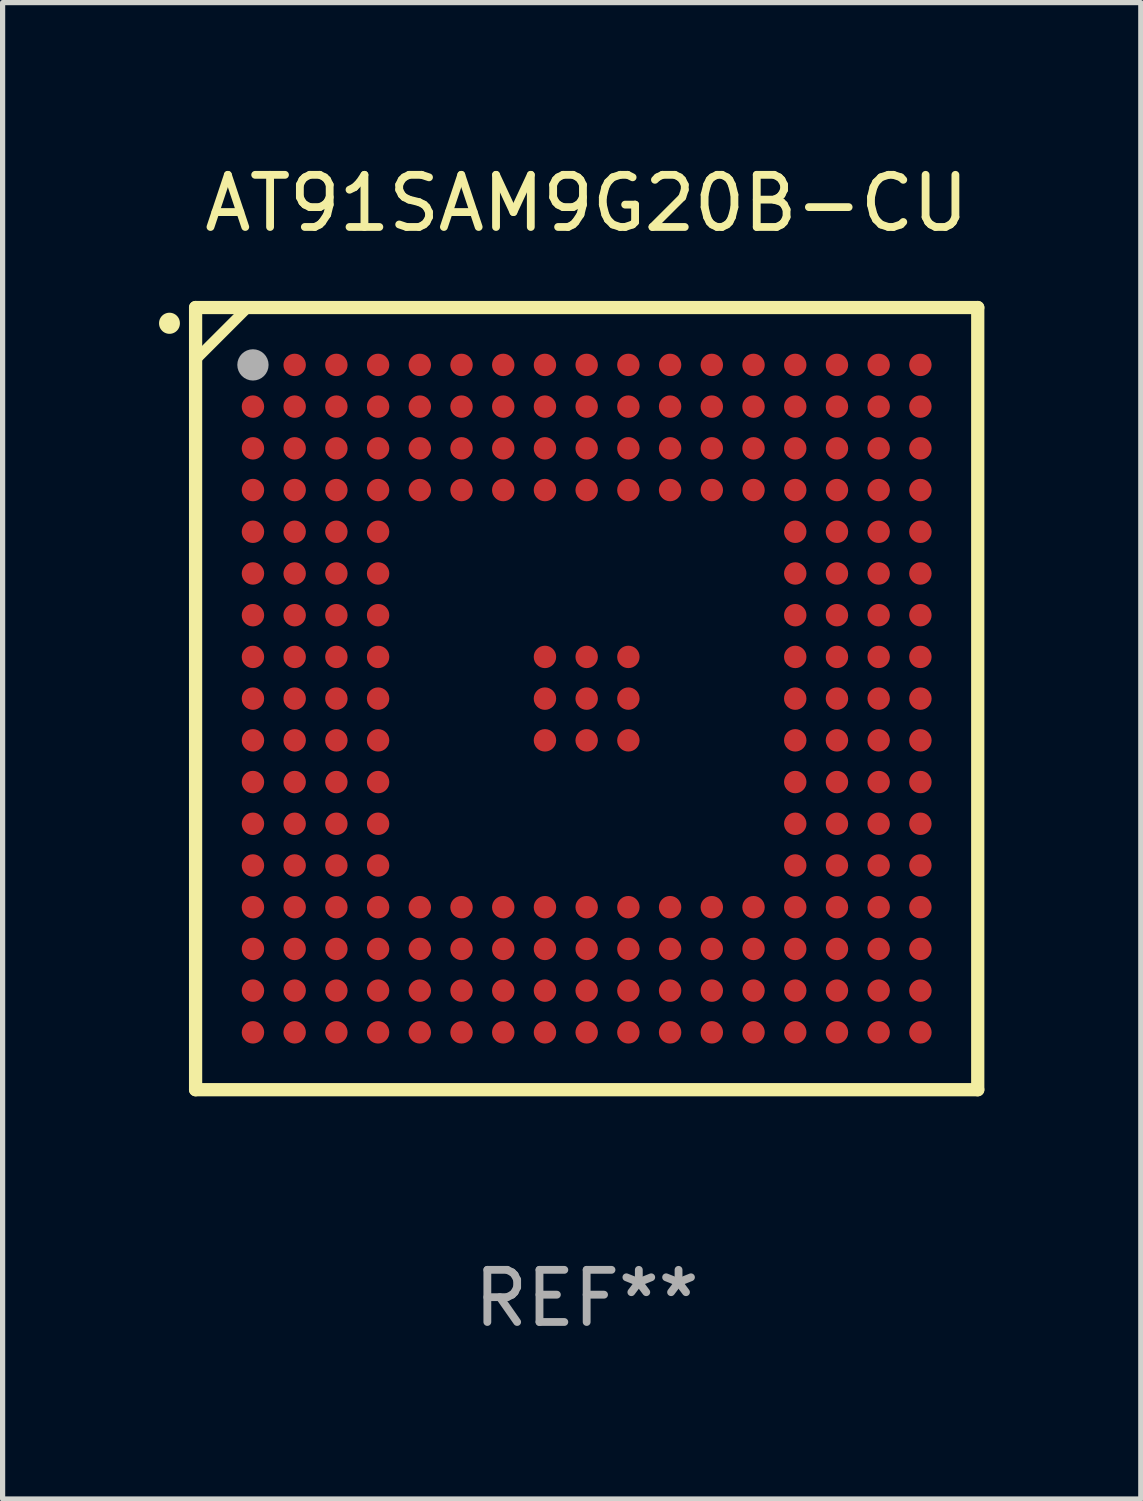
<source format=kicad_pcb>
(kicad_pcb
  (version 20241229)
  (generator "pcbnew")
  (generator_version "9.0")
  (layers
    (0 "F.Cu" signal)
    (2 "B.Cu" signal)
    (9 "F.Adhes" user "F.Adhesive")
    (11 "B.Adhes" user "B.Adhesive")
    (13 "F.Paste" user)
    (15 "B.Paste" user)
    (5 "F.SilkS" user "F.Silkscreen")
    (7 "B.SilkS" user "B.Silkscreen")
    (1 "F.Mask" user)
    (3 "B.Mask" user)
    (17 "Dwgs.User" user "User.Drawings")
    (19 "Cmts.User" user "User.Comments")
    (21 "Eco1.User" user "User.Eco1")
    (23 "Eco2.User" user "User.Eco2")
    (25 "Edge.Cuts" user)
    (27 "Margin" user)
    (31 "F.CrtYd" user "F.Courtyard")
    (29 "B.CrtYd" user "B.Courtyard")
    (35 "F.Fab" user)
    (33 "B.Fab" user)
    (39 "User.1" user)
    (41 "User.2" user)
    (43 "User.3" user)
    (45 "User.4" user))
  (footprint "AT91SAM9G20B-CU"
    (layer "F.Cu")
    (at 8.201 10.348)
    (property "Reference" "AT91SAM9G20B-CU" (at 0 -9.5 0) (layer "F.SilkS") (effects (font (size 1 1) (thickness 0.15))))
    (attr through_hole)
    (fp_line (start -7.5 -7.5) (end 7.5 -7.5) (stroke (width 0.254) (type solid)) (layer "F.SilkS"))
    (fp_line (start -7.5 -6.5) (end -6.5 -7.5) (stroke (width 0.2) (type solid)) (layer "F.SilkS"))
    (fp_line (start -7.5 7.5) (end -7.5 -7.5) (stroke (width 0.254) (type solid)) (layer "F.SilkS"))
    (fp_line (start 7.5 -7.5) (end 7.5 7.5) (stroke (width 0.254) (type solid)) (layer "F.SilkS"))
    (fp_line (start 7.5 7.5) (end -7.5 7.5) (stroke (width 0.254) (type solid)) (layer "F.SilkS"))
    (fp_arc (start -8.001016 -7.195847) (mid -8.001032 -7.198387) (end -8.001016 -7.200927) (stroke (width 0.4) (type solid)) (layer "F.SilkS"))
    (fp_circle (center -7.5 -7.5) (end -7.47 -7.5) (stroke (width 0.06) (type solid)) (fill no) (layer "F.SilkS"))
    (fp_circle (center -6.4 -6.4) (end -6.25 -6.4) (stroke (width 0.3) (type solid)) (fill no) (layer "F.Fab"))
    (fp_text user "REF**" (at 0 11.5 0) (layer "F.Fab") (effects (font (size 1 1) (thickness 0.15))))
    (pad "A1" smd circle (at -6.4 -6.4) (size 0.43 0.43) (layers "F.Cu" "F.Mask" "F.Paste"))
    (pad "A2" smd circle (at -5.6 -6.4) (size 0.43 0.43) (layers "F.Cu" "F.Mask" "F.Paste"))
    (pad "A3" smd circle (at -4.8 -6.4) (size 0.43 0.43) (layers "F.Cu" "F.Mask" "F.Paste"))
    (pad "A4" smd circle (at -4 -6.4) (size 0.43 0.43) (layers "F.Cu" "F.Mask" "F.Paste"))
    (pad "A5" smd circle (at -3.2 -6.4) (size 0.43 0.43) (layers "F.Cu" "F.Mask" "F.Paste"))
    (pad "A6" smd circle (at -2.4 -6.4) (size 0.43 0.43) (layers "F.Cu" "F.Mask" "F.Paste"))
    (pad "A7" smd circle (at -1.6 -6.4) (size 0.43 0.43) (layers "F.Cu" "F.Mask" "F.Paste"))
    (pad "A8" smd circle (at -0.8 -6.4) (size 0.43 0.43) (layers "F.Cu" "F.Mask" "F.Paste"))
    (pad "A9" smd circle (at 0 -6.4) (size 0.43 0.43) (layers "F.Cu" "F.Mask" "F.Paste"))
    (pad "A10" smd circle (at 0.8 -6.4) (size 0.43 0.43) (layers "F.Cu" "F.Mask" "F.Paste"))
    (pad "A11" smd circle (at 1.6 -6.4) (size 0.43 0.43) (layers "F.Cu" "F.Mask" "F.Paste"))
    (pad "A12" smd circle (at 2.4 -6.4) (size 0.43 0.43) (layers "F.Cu" "F.Mask" "F.Paste"))
    (pad "A13" smd circle (at 3.2 -6.4) (size 0.43 0.43) (layers "F.Cu" "F.Mask" "F.Paste"))
    (pad "A14" smd circle (at 4 -6.4) (size 0.43 0.43) (layers "F.Cu" "F.Mask" "F.Paste"))
    (pad "A15" smd circle (at 4.8 -6.4) (size 0.43 0.43) (layers "F.Cu" "F.Mask" "F.Paste"))
    (pad "A16" smd circle (at 5.6 -6.4) (size 0.43 0.43) (layers "F.Cu" "F.Mask" "F.Paste"))
    (pad "A17" smd circle (at 6.4 -6.4) (size 0.43 0.43) (layers "F.Cu" "F.Mask" "F.Paste"))
    (pad "B1" smd circle (at -6.4 -5.6) (size 0.43 0.43) (layers "F.Cu" "F.Mask" "F.Paste"))
    (pad "B2" smd circle (at -5.6 -5.6) (size 0.43 0.43) (layers "F.Cu" "F.Mask" "F.Paste"))
    (pad "B3" smd circle (at -4.8 -5.6) (size 0.43 0.43) (layers "F.Cu" "F.Mask" "F.Paste"))
    (pad "B4" smd circle (at -4 -5.6) (size 0.43 0.43) (layers "F.Cu" "F.Mask" "F.Paste"))
    (pad "B5" smd circle (at -3.2 -5.6) (size 0.43 0.43) (layers "F.Cu" "F.Mask" "F.Paste"))
    (pad "B6" smd circle (at -2.4 -5.6) (size 0.43 0.43) (layers "F.Cu" "F.Mask" "F.Paste"))
    (pad "B7" smd circle (at -1.6 -5.6) (size 0.43 0.43) (layers "F.Cu" "F.Mask" "F.Paste"))
    (pad "B8" smd circle (at -0.8 -5.6) (size 0.43 0.43) (layers "F.Cu" "F.Mask" "F.Paste"))
    (pad "B9" smd circle (at 0 -5.6) (size 0.43 0.43) (layers "F.Cu" "F.Mask" "F.Paste"))
    (pad "B10" smd circle (at 0.8 -5.6) (size 0.43 0.43) (layers "F.Cu" "F.Mask" "F.Paste"))
    (pad "B11" smd circle (at 1.6 -5.6) (size 0.43 0.43) (layers "F.Cu" "F.Mask" "F.Paste"))
    (pad "B12" smd circle (at 2.4 -5.6) (size 0.43 0.43) (layers "F.Cu" "F.Mask" "F.Paste"))
    (pad "B13" smd circle (at 3.2 -5.6) (size 0.43 0.43) (layers "F.Cu" "F.Mask" "F.Paste"))
    (pad "B14" smd circle (at 4 -5.6) (size 0.43 0.43) (layers "F.Cu" "F.Mask" "F.Paste"))
    (pad "B15" smd circle (at 4.8 -5.6) (size 0.43 0.43) (layers "F.Cu" "F.Mask" "F.Paste"))
    (pad "B16" smd circle (at 5.6 -5.6) (size 0.43 0.43) (layers "F.Cu" "F.Mask" "F.Paste"))
    (pad "B17" smd circle (at 6.4 -5.6) (size 0.43 0.43) (layers "F.Cu" "F.Mask" "F.Paste"))
    (pad "C1" smd circle (at -6.4 -4.8) (size 0.43 0.43) (layers "F.Cu" "F.Mask" "F.Paste"))
    (pad "C2" smd circle (at -5.6 -4.8) (size 0.43 0.43) (layers "F.Cu" "F.Mask" "F.Paste"))
    (pad "C3" smd circle (at -4.8 -4.8) (size 0.43 0.43) (layers "F.Cu" "F.Mask" "F.Paste"))
    (pad "C4" smd circle (at -4 -4.8) (size 0.43 0.43) (layers "F.Cu" "F.Mask" "F.Paste"))
    (pad "C5" smd circle (at -3.2 -4.8) (size 0.43 0.43) (layers "F.Cu" "F.Mask" "F.Paste"))
    (pad "C6" smd circle (at -2.4 -4.8) (size 0.43 0.43) (layers "F.Cu" "F.Mask" "F.Paste"))
    (pad "C7" smd circle (at -1.6 -4.8) (size 0.43 0.43) (layers "F.Cu" "F.Mask" "F.Paste"))
    (pad "C8" smd circle (at -0.8 -4.8) (size 0.43 0.43) (layers "F.Cu" "F.Mask" "F.Paste"))
    (pad "C9" smd circle (at 0 -4.8) (size 0.43 0.43) (layers "F.Cu" "F.Mask" "F.Paste"))
    (pad "C10" smd circle (at 0.8 -4.8) (size 0.43 0.43) (layers "F.Cu" "F.Mask" "F.Paste"))
    (pad "C11" smd circle (at 1.6 -4.8) (size 0.43 0.43) (layers "F.Cu" "F.Mask" "F.Paste"))
    (pad "C12" smd circle (at 2.4 -4.8) (size 0.43 0.43) (layers "F.Cu" "F.Mask" "F.Paste"))
    (pad "C13" smd circle (at 3.2 -4.8) (size 0.43 0.43) (layers "F.Cu" "F.Mask" "F.Paste"))
    (pad "C14" smd circle (at 4 -4.8) (size 0.43 0.43) (layers "F.Cu" "F.Mask" "F.Paste"))
    (pad "C15" smd circle (at 4.8 -4.8) (size 0.43 0.43) (layers "F.Cu" "F.Mask" "F.Paste"))
    (pad "C16" smd circle (at 5.6 -4.8) (size 0.43 0.43) (layers "F.Cu" "F.Mask" "F.Paste"))
    (pad "C17" smd circle (at 6.4 -4.8) (size 0.43 0.43) (layers "F.Cu" "F.Mask" "F.Paste"))
    (pad "D1" smd circle (at -6.4 -4) (size 0.43 0.43) (layers "F.Cu" "F.Mask" "F.Paste"))
    (pad "D2" smd circle (at -5.6 -4) (size 0.43 0.43) (layers "F.Cu" "F.Mask" "F.Paste"))
    (pad "D3" smd circle (at -4.8 -4) (size 0.43 0.43) (layers "F.Cu" "F.Mask" "F.Paste"))
    (pad "D4" smd circle (at -4 -4) (size 0.43 0.43) (layers "F.Cu" "F.Mask" "F.Paste"))
    (pad "D5" smd circle (at -3.2 -4) (size 0.43 0.43) (layers "F.Cu" "F.Mask" "F.Paste"))
    (pad "D6" smd circle (at -2.4 -4) (size 0.43 0.43) (layers "F.Cu" "F.Mask" "F.Paste"))
    (pad "D7" smd circle (at -1.6 -4) (size 0.43 0.43) (layers "F.Cu" "F.Mask" "F.Paste"))
    (pad "D8" smd circle (at -0.8 -4) (size 0.43 0.43) (layers "F.Cu" "F.Mask" "F.Paste"))
    (pad "D9" smd circle (at 0 -4) (size 0.43 0.43) (layers "F.Cu" "F.Mask" "F.Paste"))
    (pad "D10" smd circle (at 0.8 -4) (size 0.43 0.43) (layers "F.Cu" "F.Mask" "F.Paste"))
    (pad "D11" smd circle (at 1.6 -4) (size 0.43 0.43) (layers "F.Cu" "F.Mask" "F.Paste"))
    (pad "D12" smd circle (at 2.4 -4) (size 0.43 0.43) (layers "F.Cu" "F.Mask" "F.Paste"))
    (pad "D13" smd circle (at 3.2 -4) (size 0.43 0.43) (layers "F.Cu" "F.Mask" "F.Paste"))
    (pad "D14" smd circle (at 4 -4) (size 0.43 0.43) (layers "F.Cu" "F.Mask" "F.Paste"))
    (pad "D15" smd circle (at 4.8 -4) (size 0.43 0.43) (layers "F.Cu" "F.Mask" "F.Paste"))
    (pad "D16" smd circle (at 5.6 -4) (size 0.43 0.43) (layers "F.Cu" "F.Mask" "F.Paste"))
    (pad "D17" smd circle (at 6.4 -4) (size 0.43 0.43) (layers "F.Cu" "F.Mask" "F.Paste"))
    (pad "E1" smd circle (at -6.4 -3.2) (size 0.43 0.43) (layers "F.Cu" "F.Mask" "F.Paste"))
    (pad "E2" smd circle (at -5.6 -3.2) (size 0.43 0.43) (layers "F.Cu" "F.Mask" "F.Paste"))
    (pad "E3" smd circle (at -4.8 -3.2) (size 0.43 0.43) (layers "F.Cu" "F.Mask" "F.Paste"))
    (pad "E4" smd circle (at -4 -3.2) (size 0.43 0.43) (layers "F.Cu" "F.Mask" "F.Paste"))
    (pad "E14" smd circle (at 4 -3.2) (size 0.43 0.43) (layers "F.Cu" "F.Mask" "F.Paste"))
    (pad "E15" smd circle (at 4.8 -3.2) (size 0.43 0.43) (layers "F.Cu" "F.Mask" "F.Paste"))
    (pad "E16" smd circle (at 5.6 -3.2) (size 0.43 0.43) (layers "F.Cu" "F.Mask" "F.Paste"))
    (pad "E17" smd circle (at 6.4 -3.2) (size 0.43 0.43) (layers "F.Cu" "F.Mask" "F.Paste"))
    (pad "F1" smd circle (at -6.4 -2.4) (size 0.43 0.43) (layers "F.Cu" "F.Mask" "F.Paste"))
    (pad "F2" smd circle (at -5.6 -2.4) (size 0.43 0.43) (layers "F.Cu" "F.Mask" "F.Paste"))
    (pad "F3" smd circle (at -4.8 -2.4) (size 0.43 0.43) (layers "F.Cu" "F.Mask" "F.Paste"))
    (pad "F4" smd circle (at -4 -2.4) (size 0.43 0.43) (layers "F.Cu" "F.Mask" "F.Paste"))
    (pad "F14" smd circle (at 4 -2.4) (size 0.43 0.43) (layers "F.Cu" "F.Mask" "F.Paste"))
    (pad "F15" smd circle (at 4.8 -2.4) (size 0.43 0.43) (layers "F.Cu" "F.Mask" "F.Paste"))
    (pad "F16" smd circle (at 5.6 -2.4) (size 0.43 0.43) (layers "F.Cu" "F.Mask" "F.Paste"))
    (pad "F17" smd circle (at 6.4 -2.4) (size 0.43 0.43) (layers "F.Cu" "F.Mask" "F.Paste"))
    (pad "G1" smd circle (at -6.4 -1.6) (size 0.43 0.43) (layers "F.Cu" "F.Mask" "F.Paste"))
    (pad "G2" smd circle (at -5.6 -1.6) (size 0.43 0.43) (layers "F.Cu" "F.Mask" "F.Paste"))
    (pad "G3" smd circle (at -4.8 -1.6) (size 0.43 0.43) (layers "F.Cu" "F.Mask" "F.Paste"))
    (pad "G4" smd circle (at -4 -1.6) (size 0.43 0.43) (layers "F.Cu" "F.Mask" "F.Paste"))
    (pad "G14" smd circle (at 4 -1.6) (size 0.43 0.43) (layers "F.Cu" "F.Mask" "F.Paste"))
    (pad "G15" smd circle (at 4.8 -1.6) (size 0.43 0.43) (layers "F.Cu" "F.Mask" "F.Paste"))
    (pad "G16" smd circle (at 5.6 -1.6) (size 0.43 0.43) (layers "F.Cu" "F.Mask" "F.Paste"))
    (pad "G17" smd circle (at 6.4 -1.6) (size 0.43 0.43) (layers "F.Cu" "F.Mask" "F.Paste"))
    (pad "H1" smd circle (at -6.4 -0.8) (size 0.43 0.43) (layers "F.Cu" "F.Mask" "F.Paste"))
    (pad "H2" smd circle (at -5.6 -0.8) (size 0.43 0.43) (layers "F.Cu" "F.Mask" "F.Paste"))
    (pad "H3" smd circle (at -4.8 -0.8) (size 0.43 0.43) (layers "F.Cu" "F.Mask" "F.Paste"))
    (pad "H4" smd circle (at -4 -0.8) (size 0.43 0.43) (layers "F.Cu" "F.Mask" "F.Paste"))
    (pad "H8" smd circle (at -0.8 -0.8) (size 0.43 0.43) (layers "F.Cu" "F.Mask" "F.Paste"))
    (pad "H9" smd circle (at 0 -0.8) (size 0.43 0.43) (layers "F.Cu" "F.Mask" "F.Paste"))
    (pad "H10" smd circle (at 0.8 -0.8) (size 0.43 0.43) (layers "F.Cu" "F.Mask" "F.Paste"))
    (pad "H14" smd circle (at 4 -0.8) (size 0.43 0.43) (layers "F.Cu" "F.Mask" "F.Paste"))
    (pad "H15" smd circle (at 4.8 -0.8) (size 0.43 0.43) (layers "F.Cu" "F.Mask" "F.Paste"))
    (pad "H16" smd circle (at 5.6 -0.8) (size 0.43 0.43) (layers "F.Cu" "F.Mask" "F.Paste"))
    (pad "H17" smd circle (at 6.4 -0.8) (size 0.43 0.43) (layers "F.Cu" "F.Mask" "F.Paste"))
    (pad "J1" smd circle (at -6.4 -0.000013) (size 0.43 0.43) (layers "F.Cu" "F.Mask" "F.Paste"))
    (pad "J2" smd circle (at -5.6 -0.000013) (size 0.43 0.43) (layers "F.Cu" "F.Mask" "F.Paste"))
    (pad "J3" smd circle (at -4.8 -0.000013) (size 0.43 0.43) (layers "F.Cu" "F.Mask" "F.Paste"))
    (pad "J4" smd circle (at -4 -0.000013) (size 0.43 0.43) (layers "F.Cu" "F.Mask" "F.Paste"))
    (pad "J8" smd circle (at -0.8 -0.000013) (size 0.43 0.43) (layers "F.Cu" "F.Mask" "F.Paste"))
    (pad "J9" smd circle (at 0 -0.000013) (size 0.43 0.43) (layers "F.Cu" "F.Mask" "F.Paste"))
    (pad "J10" smd circle (at 0.8 -0.000013) (size 0.43 0.43) (layers "F.Cu" "F.Mask" "F.Paste"))
    (pad "J14" smd circle (at 4 -0.000013) (size 0.43 0.43) (layers "F.Cu" "F.Mask" "F.Paste"))
    (pad "J15" smd circle (at 4.8 -0.000013) (size 0.43 0.43) (layers "F.Cu" "F.Mask" "F.Paste"))
    (pad "J16" smd circle (at 5.6 -0.000013) (size 0.43 0.43) (layers "F.Cu" "F.Mask" "F.Paste"))
    (pad "J17" smd circle (at 6.4 -0.000013) (size 0.43 0.43) (layers "F.Cu" "F.Mask" "F.Paste"))
    (pad "K1" smd circle (at -6.4 0.8) (size 0.43 0.43) (layers "F.Cu" "F.Mask" "F.Paste"))
    (pad "K2" smd circle (at -5.6 0.8) (size 0.43 0.43) (layers "F.Cu" "F.Mask" "F.Paste"))
    (pad "K3" smd circle (at -4.8 0.8) (size 0.43 0.43) (layers "F.Cu" "F.Mask" "F.Paste"))
    (pad "K4" smd circle (at -4 0.8) (size 0.43 0.43) (layers "F.Cu" "F.Mask" "F.Paste"))
    (pad "K8" smd circle (at -0.8 0.8) (size 0.43 0.43) (layers "F.Cu" "F.Mask" "F.Paste"))
    (pad "K9" smd circle (at 0 0.8) (size 0.43 0.43) (layers "F.Cu" "F.Mask" "F.Paste"))
    (pad "K10" smd circle (at 0.8 0.8) (size 0.43 0.43) (layers "F.Cu" "F.Mask" "F.Paste"))
    (pad "K14" smd circle (at 4 0.8) (size 0.43 0.43) (layers "F.Cu" "F.Mask" "F.Paste"))
    (pad "K15" smd circle (at 4.8 0.8) (size 0.43 0.43) (layers "F.Cu" "F.Mask" "F.Paste"))
    (pad "K16" smd circle (at 5.6 0.8) (size 0.43 0.43) (layers "F.Cu" "F.Mask" "F.Paste"))
    (pad "K17" smd circle (at 6.4 0.8) (size 0.43 0.43) (layers "F.Cu" "F.Mask" "F.Paste"))
    (pad "L1" smd circle (at -6.4 1.6) (size 0.43 0.43) (layers "F.Cu" "F.Mask" "F.Paste"))
    (pad "L2" smd circle (at -5.6 1.6) (size 0.43 0.43) (layers "F.Cu" "F.Mask" "F.Paste"))
    (pad "L3" smd circle (at -4.8 1.6) (size 0.43 0.43) (layers "F.Cu" "F.Mask" "F.Paste"))
    (pad "L4" smd circle (at -4 1.6) (size 0.43 0.43) (layers "F.Cu" "F.Mask" "F.Paste"))
    (pad "L14" smd circle (at 4 1.6) (size 0.43 0.43) (layers "F.Cu" "F.Mask" "F.Paste"))
    (pad "L15" smd circle (at 4.8 1.6) (size 0.43 0.43) (layers "F.Cu" "F.Mask" "F.Paste"))
    (pad "L16" smd circle (at 5.6 1.6) (size 0.43 0.43) (layers "F.Cu" "F.Mask" "F.Paste"))
    (pad "L17" smd circle (at 6.4 1.6) (size 0.43 0.43) (layers "F.Cu" "F.Mask" "F.Paste"))
    (pad "M1" smd circle (at -6.4 2.4) (size 0.43 0.43) (layers "F.Cu" "F.Mask" "F.Paste"))
    (pad "M2" smd circle (at -5.6 2.4) (size 0.43 0.43) (layers "F.Cu" "F.Mask" "F.Paste"))
    (pad "M3" smd circle (at -4.8 2.4) (size 0.43 0.43) (layers "F.Cu" "F.Mask" "F.Paste"))
    (pad "M4" smd circle (at -4 2.4) (size 0.43 0.43) (layers "F.Cu" "F.Mask" "F.Paste"))
    (pad "M14" smd circle (at 4 2.4) (size 0.43 0.43) (layers "F.Cu" "F.Mask" "F.Paste"))
    (pad "M15" smd circle (at 4.8 2.4) (size 0.43 0.43) (layers "F.Cu" "F.Mask" "F.Paste"))
    (pad "M16" smd circle (at 5.6 2.4) (size 0.43 0.43) (layers "F.Cu" "F.Mask" "F.Paste"))
    (pad "M17" smd circle (at 6.4 2.4) (size 0.43 0.43) (layers "F.Cu" "F.Mask" "F.Paste"))
    (pad "N1" smd circle (at -6.4 3.2) (size 0.43 0.43) (layers "F.Cu" "F.Mask" "F.Paste"))
    (pad "N2" smd circle (at -5.6 3.2) (size 0.43 0.43) (layers "F.Cu" "F.Mask" "F.Paste"))
    (pad "N3" smd circle (at -4.8 3.2) (size 0.43 0.43) (layers "F.Cu" "F.Mask" "F.Paste"))
    (pad "N4" smd circle (at -4 3.2) (size 0.43 0.43) (layers "F.Cu" "F.Mask" "F.Paste"))
    (pad "N14" smd circle (at 4 3.2) (size 0.43 0.43) (layers "F.Cu" "F.Mask" "F.Paste"))
    (pad "N15" smd circle (at 4.8 3.2) (size 0.43 0.43) (layers "F.Cu" "F.Mask" "F.Paste"))
    (pad "N16" smd circle (at 5.6 3.2) (size 0.43 0.43) (layers "F.Cu" "F.Mask" "F.Paste"))
    (pad "N17" smd circle (at 6.4 3.2) (size 0.43 0.43) (layers "F.Cu" "F.Mask" "F.Paste"))
    (pad "P1" smd circle (at -6.4 4) (size 0.43 0.43) (layers "F.Cu" "F.Mask" "F.Paste"))
    (pad "P2" smd circle (at -5.6 4) (size 0.43 0.43) (layers "F.Cu" "F.Mask" "F.Paste"))
    (pad "P3" smd circle (at -4.8 4) (size 0.43 0.43) (layers "F.Cu" "F.Mask" "F.Paste"))
    (pad "P4" smd circle (at -4 4) (size 0.43 0.43) (layers "F.Cu" "F.Mask" "F.Paste"))
    (pad "P5" smd circle (at -3.2 4) (size 0.43 0.43) (layers "F.Cu" "F.Mask" "F.Paste"))
    (pad "P6" smd circle (at -2.4 4) (size 0.43 0.43) (layers "F.Cu" "F.Mask" "F.Paste"))
    (pad "P7" smd circle (at -1.6 4) (size 0.43 0.43) (layers "F.Cu" "F.Mask" "F.Paste"))
    (pad "P8" smd circle (at -0.8 4) (size 0.43 0.43) (layers "F.Cu" "F.Mask" "F.Paste"))
    (pad "P9" smd circle (at 0 4) (size 0.43 0.43) (layers "F.Cu" "F.Mask" "F.Paste"))
    (pad "P10" smd circle (at 0.8 4) (size 0.43 0.43) (layers "F.Cu" "F.Mask" "F.Paste"))
    (pad "P11" smd circle (at 1.6 4) (size 0.43 0.43) (layers "F.Cu" "F.Mask" "F.Paste"))
    (pad "P12" smd circle (at 2.4 4) (size 0.43 0.43) (layers "F.Cu" "F.Mask" "F.Paste"))
    (pad "P13" smd circle (at 3.2 4) (size 0.43 0.43) (layers "F.Cu" "F.Mask" "F.Paste"))
    (pad "P14" smd circle (at 4 4) (size 0.43 0.43) (layers "F.Cu" "F.Mask" "F.Paste"))
    (pad "P15" smd circle (at 4.8 4) (size 0.43 0.43) (layers "F.Cu" "F.Mask" "F.Paste"))
    (pad "P16" smd circle (at 5.6 4) (size 0.43 0.43) (layers "F.Cu" "F.Mask" "F.Paste"))
    (pad "P17" smd circle (at 6.4 4) (size 0.43 0.43) (layers "F.Cu" "F.Mask" "F.Paste"))
    (pad "R1" smd circle (at -6.4 4.8) (size 0.43 0.43) (layers "F.Cu" "F.Mask" "F.Paste"))
    (pad "R2" smd circle (at -5.6 4.8) (size 0.43 0.43) (layers "F.Cu" "F.Mask" "F.Paste"))
    (pad "R3" smd circle (at -4.8 4.8) (size 0.43 0.43) (layers "F.Cu" "F.Mask" "F.Paste"))
    (pad "R4" smd circle (at -4 4.8) (size 0.43 0.43) (layers "F.Cu" "F.Mask" "F.Paste"))
    (pad "R5" smd circle (at -3.2 4.8) (size 0.43 0.43) (layers "F.Cu" "F.Mask" "F.Paste"))
    (pad "R6" smd circle (at -2.4 4.8) (size 0.43 0.43) (layers "F.Cu" "F.Mask" "F.Paste"))
    (pad "R7" smd circle (at -1.6 4.8) (size 0.43 0.43) (layers "F.Cu" "F.Mask" "F.Paste"))
    (pad "R8" smd circle (at -0.8 4.8) (size 0.43 0.43) (layers "F.Cu" "F.Mask" "F.Paste"))
    (pad "R9" smd circle (at 0 4.8) (size 0.43 0.43) (layers "F.Cu" "F.Mask" "F.Paste"))
    (pad "R10" smd circle (at 0.8 4.8) (size 0.43 0.43) (layers "F.Cu" "F.Mask" "F.Paste"))
    (pad "R11" smd circle (at 1.6 4.8) (size 0.43 0.43) (layers "F.Cu" "F.Mask" "F.Paste"))
    (pad "R12" smd circle (at 2.4 4.8) (size 0.43 0.43) (layers "F.Cu" "F.Mask" "F.Paste"))
    (pad "R13" smd circle (at 3.2 4.8) (size 0.43 0.43) (layers "F.Cu" "F.Mask" "F.Paste"))
    (pad "R14" smd circle (at 4 4.8) (size 0.43 0.43) (layers "F.Cu" "F.Mask" "F.Paste"))
    (pad "R15" smd circle (at 4.8 4.8) (size 0.43 0.43) (layers "F.Cu" "F.Mask" "F.Paste"))
    (pad "R16" smd circle (at 5.6 4.8) (size 0.43 0.43) (layers "F.Cu" "F.Mask" "F.Paste"))
    (pad "R17" smd circle (at 6.4 4.8) (size 0.43 0.43) (layers "F.Cu" "F.Mask" "F.Paste"))
    (pad "T1" smd circle (at -6.4 5.6) (size 0.43 0.43) (layers "F.Cu" "F.Mask" "F.Paste"))
    (pad "T2" smd circle (at -5.6 5.6) (size 0.43 0.43) (layers "F.Cu" "F.Mask" "F.Paste"))
    (pad "T3" smd circle (at -4.8 5.6) (size 0.43 0.43) (layers "F.Cu" "F.Mask" "F.Paste"))
    (pad "T4" smd circle (at -4 5.6) (size 0.43 0.43) (layers "F.Cu" "F.Mask" "F.Paste"))
    (pad "T5" smd circle (at -3.2 5.6) (size 0.43 0.43) (layers "F.Cu" "F.Mask" "F.Paste"))
    (pad "T6" smd circle (at -2.4 5.6) (size 0.43 0.43) (layers "F.Cu" "F.Mask" "F.Paste"))
    (pad "T7" smd circle (at -1.6 5.6) (size 0.43 0.43) (layers "F.Cu" "F.Mask" "F.Paste"))
    (pad "T8" smd circle (at -0.8 5.6) (size 0.43 0.43) (layers "F.Cu" "F.Mask" "F.Paste"))
    (pad "T9" smd circle (at 0 5.6) (size 0.43 0.43) (layers "F.Cu" "F.Mask" "F.Paste"))
    (pad "T10" smd circle (at 0.8 5.6) (size 0.43 0.43) (layers "F.Cu" "F.Mask" "F.Paste"))
    (pad "T11" smd circle (at 1.6 5.6) (size 0.43 0.43) (layers "F.Cu" "F.Mask" "F.Paste"))
    (pad "T12" smd circle (at 2.4 5.6) (size 0.43 0.43) (layers "F.Cu" "F.Mask" "F.Paste"))
    (pad "T13" smd circle (at 3.2 5.6) (size 0.43 0.43) (layers "F.Cu" "F.Mask" "F.Paste"))
    (pad "T14" smd circle (at 4 5.6) (size 0.43 0.43) (layers "F.Cu" "F.Mask" "F.Paste"))
    (pad "T15" smd circle (at 4.8 5.6) (size 0.43 0.43) (layers "F.Cu" "F.Mask" "F.Paste"))
    (pad "T16" smd circle (at 5.6 5.6) (size 0.43 0.43) (layers "F.Cu" "F.Mask" "F.Paste"))
    (pad "T17" smd circle (at 6.4 5.6) (size 0.43 0.43) (layers "F.Cu" "F.Mask" "F.Paste"))
    (pad "U1" smd circle (at -6.4 6.4) (size 0.43 0.43) (layers "F.Cu" "F.Mask" "F.Paste"))
    (pad "U2" smd circle (at -5.6 6.4) (size 0.43 0.43) (layers "F.Cu" "F.Mask" "F.Paste"))
    (pad "U3" smd circle (at -4.8 6.4) (size 0.43 0.43) (layers "F.Cu" "F.Mask" "F.Paste"))
    (pad "U4" smd circle (at -4 6.4) (size 0.43 0.43) (layers "F.Cu" "F.Mask" "F.Paste"))
    (pad "U5" smd circle (at -3.2 6.4) (size 0.43 0.43) (layers "F.Cu" "F.Mask" "F.Paste"))
    (pad "U6" smd circle (at -2.4 6.4) (size 0.43 0.43) (layers "F.Cu" "F.Mask" "F.Paste"))
    (pad "U7" smd circle (at -1.6 6.4) (size 0.43 0.43) (layers "F.Cu" "F.Mask" "F.Paste"))
    (pad "U8" smd circle (at -0.8 6.4) (size 0.43 0.43) (layers "F.Cu" "F.Mask" "F.Paste"))
    (pad "U9" smd circle (at 0 6.4) (size 0.43 0.43) (layers "F.Cu" "F.Mask" "F.Paste"))
    (pad "U10" smd circle (at 0.8 6.4) (size 0.43 0.43) (layers "F.Cu" "F.Mask" "F.Paste"))
    (pad "U11" smd circle (at 1.6 6.4) (size 0.43 0.43) (layers "F.Cu" "F.Mask" "F.Paste"))
    (pad "U12" smd circle (at 2.4 6.4) (size 0.43 0.43) (layers "F.Cu" "F.Mask" "F.Paste"))
    (pad "U13" smd circle (at 3.2 6.4) (size 0.43 0.43) (layers "F.Cu" "F.Mask" "F.Paste"))
    (pad "U14" smd circle (at 4 6.4) (size 0.43 0.43) (layers "F.Cu" "F.Mask" "F.Paste"))
    (pad "U15" smd circle (at 4.8 6.4) (size 0.43 0.43) (layers "F.Cu" "F.Mask" "F.Paste"))
    (pad "U16" smd circle (at 5.6 6.4) (size 0.43 0.43) (layers "F.Cu" "F.Mask" "F.Paste"))
    (pad "U17" smd circle (at 6.4 6.4) (size 0.43 0.43) (layers "F.Cu" "F.Mask" "F.Paste")))
  (gr_rect
    (start -3 -3)
    (end 18.828 25.697)
    (stroke (width 0.1) (type default))
    (fill no)
    (layer "Edge.Cuts")))
</source>
